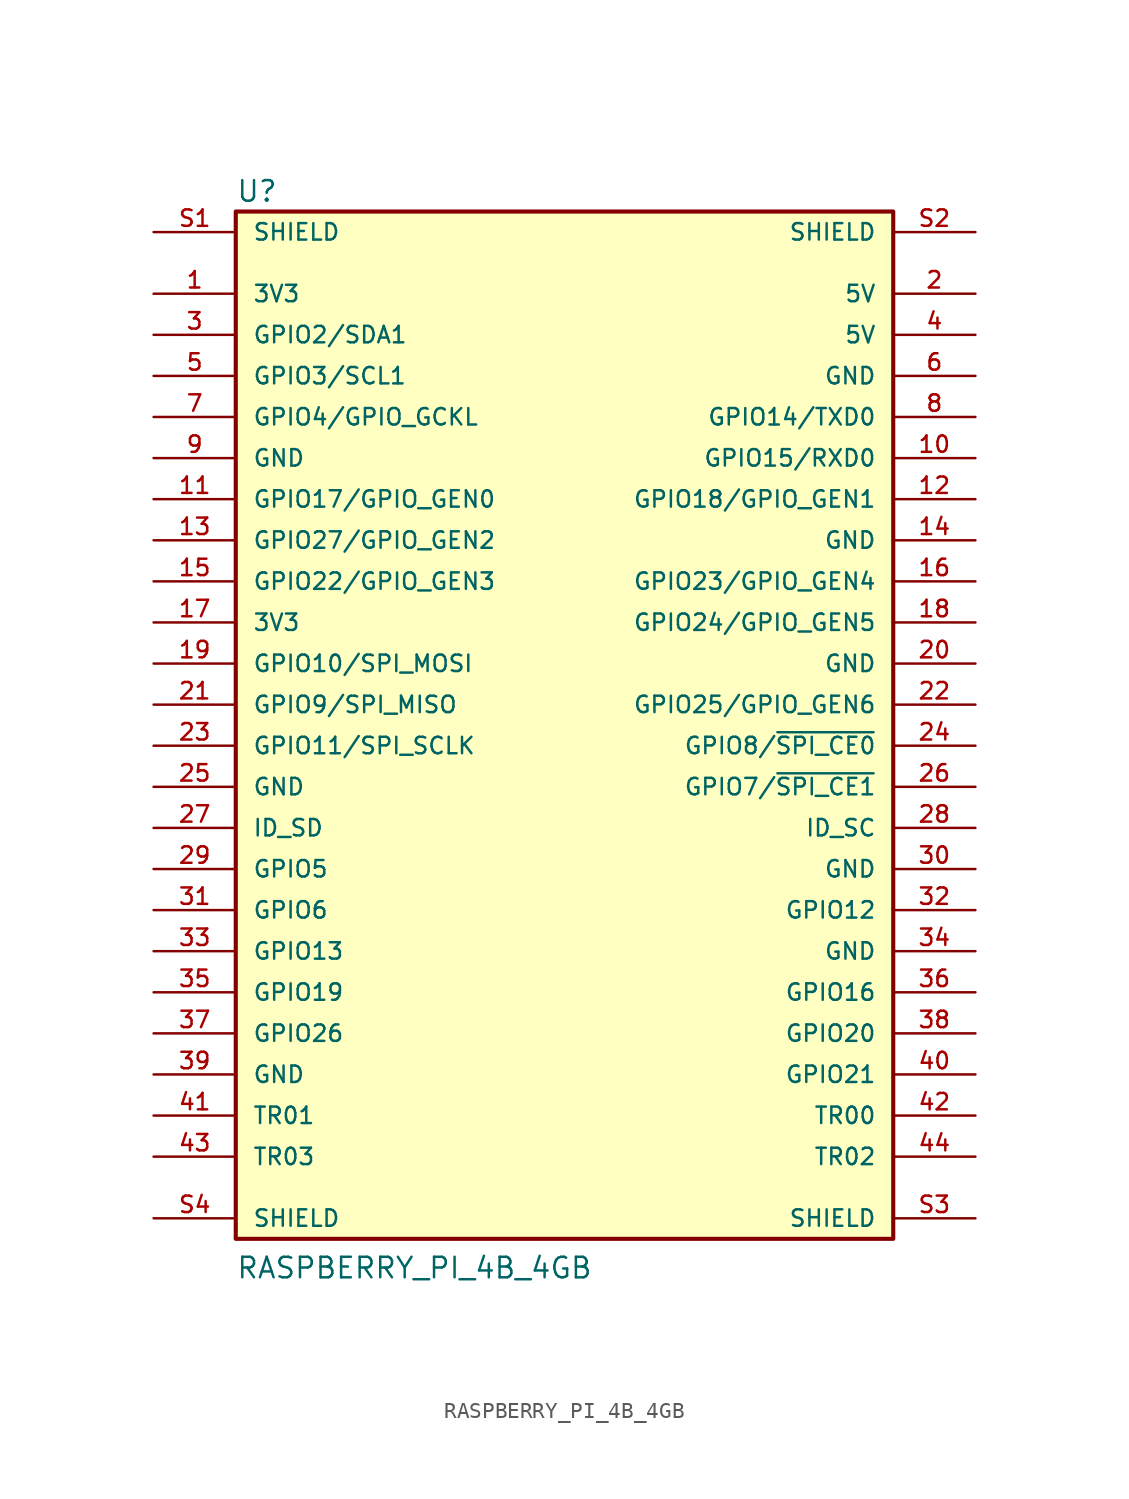
<source format=kicad_sym>
(kicad_symbol_lib
  (version 20231120)
  (generator "kicad_symbol_editor")
  (generator_version "8.0")
  (symbol "RASPBERRY_PI_4B_4GB"
    (pin_names
      (offset 1.016))
    (property "Reference" "U"
      (at -20.32 33.528 0)
      (effects (font (size 1.27 1.27)) (justify left bottom)))
    (property "Value" "RASPBERRY_PI_4B_4GB"
      (at -20.32 -33.02 0)
      (effects (font (size 1.27 1.27)) (justify left bottom)))
    (symbol "RASPBERRY_PI_4B_4GB_0_0"
      (rectangle (start -20.32 33.02) (end 20.32 -30.48) (stroke (width 0.254) (type default)) (fill (type background)))
      (pin power_in line (at -25.4 27.94 0) (length 5.08) (name "3V3" (effects (font (size 1.016 1.016)))) (number "1" (effects (font (size 1.016 1.016)))))
      (pin bidirectional line (at 25.4 17.78 180) (length 5.08) (name "GPIO15/RXD0" (effects (font (size 1.016 1.016)))) (number "10" (effects (font (size 1.016 1.016)))))
      (pin bidirectional line (at -25.4 15.24 0) (length 5.08) (name "GPIO17/GPIO_GEN0" (effects (font (size 1.016 1.016)))) (number "11" (effects (font (size 1.016 1.016)))))
      (pin bidirectional line (at 25.4 15.24 180) (length 5.08) (name "GPIO18/GPIO_GEN1" (effects (font (size 1.016 1.016)))) (number "12" (effects (font (size 1.016 1.016)))))
      (pin bidirectional line (at -25.4 12.7 0) (length 5.08) (name "GPIO27/GPIO_GEN2" (effects (font (size 1.016 1.016)))) (number "13" (effects (font (size 1.016 1.016)))))
      (pin power_in line (at 25.4 12.7 180) (length 5.08) (name "GND" (effects (font (size 1.016 1.016)))) (number "14" (effects (font (size 1.016 1.016)))))
      (pin bidirectional line (at -25.4 10.16 0) (length 5.08) (name "GPIO22/GPIO_GEN3" (effects (font (size 1.016 1.016)))) (number "15" (effects (font (size 1.016 1.016)))))
      (pin bidirectional line (at 25.4 10.16 180) (length 5.08) (name "GPIO23/GPIO_GEN4" (effects (font (size 1.016 1.016)))) (number "16" (effects (font (size 1.016 1.016)))))
      (pin power_in line (at -25.4 7.62 0) (length 5.08) (name "3V3" (effects (font (size 1.016 1.016)))) (number "17" (effects (font (size 1.016 1.016)))))
      (pin bidirectional line (at 25.4 7.62 180) (length 5.08) (name "GPIO24/GPIO_GEN5" (effects (font (size 1.016 1.016)))) (number "18" (effects (font (size 1.016 1.016)))))
      (pin bidirectional line (at -25.4 5.08 0) (length 5.08) (name "GPIO10/SPI_MOSI" (effects (font (size 1.016 1.016)))) (number "19" (effects (font (size 1.016 1.016)))))
      (pin power_in line (at 25.4 27.94 180) (length 5.08) (name "5V" (effects (font (size 1.016 1.016)))) (number "2" (effects (font (size 1.016 1.016)))))
      (pin power_in line (at 25.4 5.08 180) (length 5.08) (name "GND" (effects (font (size 1.016 1.016)))) (number "20" (effects (font (size 1.016 1.016)))))
      (pin bidirectional line (at -25.4 2.54 0) (length 5.08) (name "GPIO9/SPI_MISO" (effects (font (size 1.016 1.016)))) (number "21" (effects (font (size 1.016 1.016)))))
      (pin bidirectional line (at 25.4 2.54 180) (length 5.08) (name "GPIO25/GPIO_GEN6" (effects (font (size 1.016 1.016)))) (number "22" (effects (font (size 1.016 1.016)))))
      (pin bidirectional line (at -25.4 0 0) (length 5.08) (name "GPIO11/SPI_SCLK" (effects (font (size 1.016 1.016)))) (number "23" (effects (font (size 1.016 1.016)))))
      (pin bidirectional line (at 25.4 0 180) (length 5.08) (name "GPIO8/~{SPI_CE0}" (effects (font (size 1.016 1.016)))) (number "24" (effects (font (size 1.016 1.016)))))
      (pin power_in line (at -25.4 -2.54 0) (length 5.08) (name "GND" (effects (font (size 1.016 1.016)))) (number "25" (effects (font (size 1.016 1.016)))))
      (pin bidirectional line (at 25.4 -2.54 180) (length 5.08) (name "GPIO7/~{SPI_CE1}" (effects (font (size 1.016 1.016)))) (number "26" (effects (font (size 1.016 1.016)))))
      (pin bidirectional line (at -25.4 -5.08 0) (length 5.08) (name "ID_SD" (effects (font (size 1.016 1.016)))) (number "27" (effects (font (size 1.016 1.016)))))
      (pin bidirectional line (at 25.4 -5.08 180) (length 5.08) (name "ID_SC" (effects (font (size 1.016 1.016)))) (number "28" (effects (font (size 1.016 1.016)))))
      (pin bidirectional line (at -25.4 -7.62 0) (length 5.08) (name "GPIO5" (effects (font (size 1.016 1.016)))) (number "29" (effects (font (size 1.016 1.016)))))
      (pin bidirectional line (at -25.4 25.4 0) (length 5.08) (name "GPIO2/SDA1" (effects (font (size 1.016 1.016)))) (number "3" (effects (font (size 1.016 1.016)))))
      (pin power_in line (at 25.4 -7.62 180) (length 5.08) (name "GND" (effects (font (size 1.016 1.016)))) (number "30" (effects (font (size 1.016 1.016)))))
      (pin bidirectional line (at -25.4 -10.16 0) (length 5.08) (name "GPIO6" (effects (font (size 1.016 1.016)))) (number "31" (effects (font (size 1.016 1.016)))))
      (pin bidirectional line (at 25.4 -10.16 180) (length 5.08) (name "GPIO12" (effects (font (size 1.016 1.016)))) (number "32" (effects (font (size 1.016 1.016)))))
      (pin bidirectional line (at -25.4 -12.7 0) (length 5.08) (name "GPIO13" (effects (font (size 1.016 1.016)))) (number "33" (effects (font (size 1.016 1.016)))))
      (pin power_in line (at 25.4 -12.7 180) (length 5.08) (name "GND" (effects (font (size 1.016 1.016)))) (number "34" (effects (font (size 1.016 1.016)))))
      (pin bidirectional line (at -25.4 -15.24 0) (length 5.08) (name "GPIO19" (effects (font (size 1.016 1.016)))) (number "35" (effects (font (size 1.016 1.016)))))
      (pin bidirectional line (at 25.4 -15.24 180) (length 5.08) (name "GPIO16" (effects (font (size 1.016 1.016)))) (number "36" (effects (font (size 1.016 1.016)))))
      (pin bidirectional line (at -25.4 -17.78 0) (length 5.08) (name "GPIO26" (effects (font (size 1.016 1.016)))) (number "37" (effects (font (size 1.016 1.016)))))
      (pin bidirectional line (at 25.4 -17.78 180) (length 5.08) (name "GPIO20" (effects (font (size 1.016 1.016)))) (number "38" (effects (font (size 1.016 1.016)))))
      (pin power_in line (at -25.4 -20.32 0) (length 5.08) (name "GND" (effects (font (size 1.016 1.016)))) (number "39" (effects (font (size 1.016 1.016)))))
      (pin power_in line (at 25.4 25.4 180) (length 5.08) (name "5V" (effects (font (size 1.016 1.016)))) (number "4" (effects (font (size 1.016 1.016)))))
      (pin bidirectional line (at 25.4 -20.32 180) (length 5.08) (name "GPIO21" (effects (font (size 1.016 1.016)))) (number "40" (effects (font (size 1.016 1.016)))))
      (pin bidirectional line (at -25.4 -22.86 0) (length 5.08) (name "TR01" (effects (font (size 1.016 1.016)))) (number "41" (effects (font (size 1.016 1.016)))))
      (pin bidirectional line (at 25.4 -22.86 180) (length 5.08) (name "TR00" (effects (font (size 1.016 1.016)))) (number "42" (effects (font (size 1.016 1.016)))))
      (pin bidirectional line (at -25.4 -25.4 0) (length 5.08) (name "TR03" (effects (font (size 1.016 1.016)))) (number "43" (effects (font (size 1.016 1.016)))))
      (pin bidirectional line (at 25.4 -25.4 180) (length 5.08) (name "TR02" (effects (font (size 1.016 1.016)))) (number "44" (effects (font (size 1.016 1.016)))))
      (pin bidirectional line (at -25.4 22.86 0) (length 5.08) (name "GPIO3/SCL1" (effects (font (size 1.016 1.016)))) (number "5" (effects (font (size 1.016 1.016)))))
      (pin power_in line (at 25.4 22.86 180) (length 5.08) (name "GND" (effects (font (size 1.016 1.016)))) (number "6" (effects (font (size 1.016 1.016)))))
      (pin bidirectional line (at -25.4 20.32 0) (length 5.08) (name "GPIO4/GPIO_GCKL" (effects (font (size 1.016 1.016)))) (number "7" (effects (font (size 1.016 1.016)))))
      (pin bidirectional line (at 25.4 20.32 180) (length 5.08) (name "GPIO14/TXD0" (effects (font (size 1.016 1.016)))) (number "8" (effects (font (size 1.016 1.016)))))
      (pin power_in line (at -25.4 17.78 0) (length 5.08) (name "GND" (effects (font (size 1.016 1.016)))) (number "9" (effects (font (size 1.016 1.016)))))
      (pin power_in line (at -25.4 31.75 0) (length 5.08) (name "SHIELD" (effects (font (size 1.016 1.016)))) (number "S1" (effects (font (size 1.016 1.016)))))
      (pin power_in line (at 25.4 31.75 180) (length 5.08) (name "SHIELD" (effects (font (size 1.016 1.016)))) (number "S2" (effects (font (size 1.016 1.016)))))
      (pin power_in line (at 25.4 -29.21 180) (length 5.08) (name "SHIELD" (effects (font (size 1.016 1.016)))) (number "S3" (effects (font (size 1.016 1.016)))))
      (pin power_in line (at -25.4 -29.21 0) (length 5.08) (name "SHIELD" (effects (font (size 1.016 1.016)))) (number "S4" (effects (font (size 1.016 1.016))))))))
</source>
